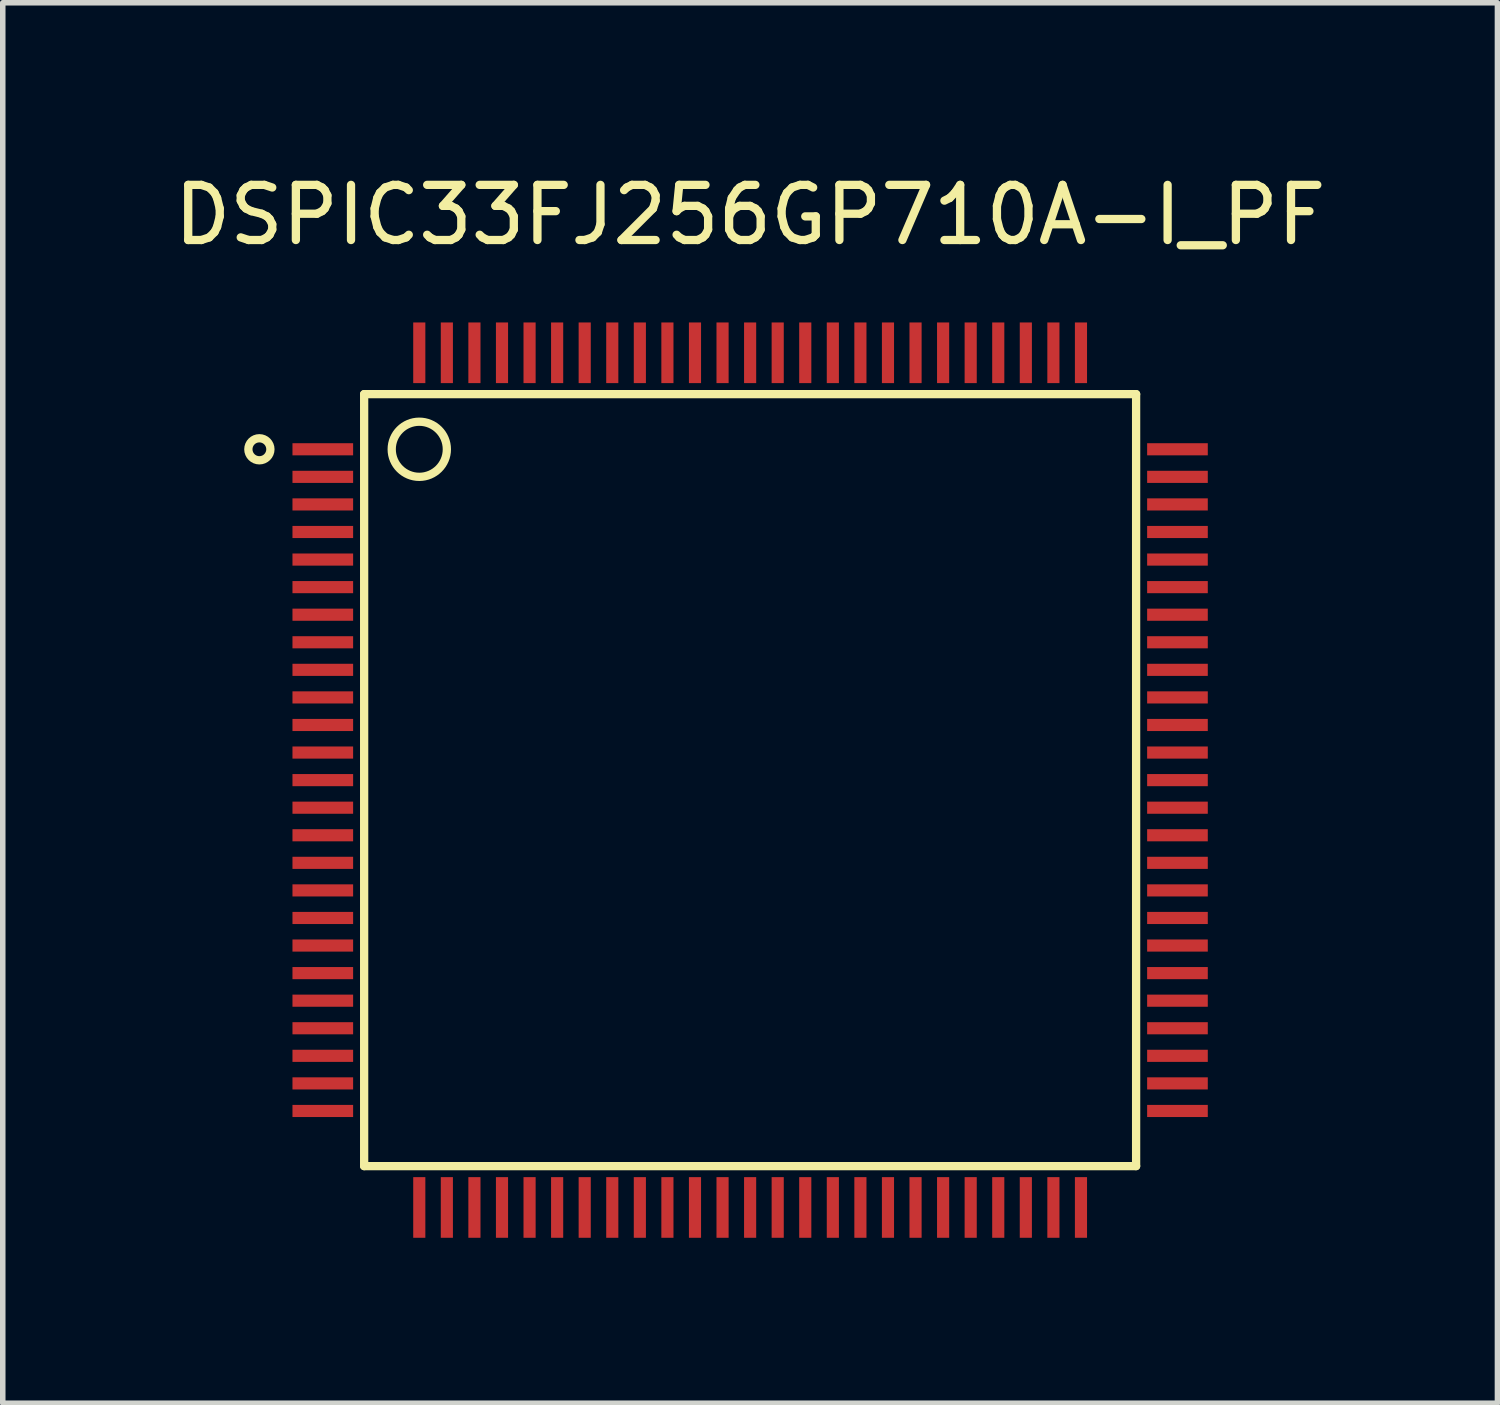
<source format=kicad_pcb>
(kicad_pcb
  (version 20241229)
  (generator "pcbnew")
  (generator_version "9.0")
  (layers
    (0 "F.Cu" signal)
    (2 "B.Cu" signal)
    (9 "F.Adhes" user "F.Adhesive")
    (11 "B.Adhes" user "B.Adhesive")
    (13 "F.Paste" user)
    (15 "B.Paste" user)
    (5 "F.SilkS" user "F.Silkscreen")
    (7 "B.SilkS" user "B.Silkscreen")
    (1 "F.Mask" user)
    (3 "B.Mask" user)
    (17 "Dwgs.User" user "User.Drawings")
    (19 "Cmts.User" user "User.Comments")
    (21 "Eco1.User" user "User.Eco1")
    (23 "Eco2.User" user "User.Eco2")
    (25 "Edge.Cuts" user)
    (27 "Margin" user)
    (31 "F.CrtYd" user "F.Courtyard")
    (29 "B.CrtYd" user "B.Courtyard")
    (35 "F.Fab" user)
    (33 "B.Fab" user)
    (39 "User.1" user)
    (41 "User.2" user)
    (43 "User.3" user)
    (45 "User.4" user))
  (footprint "DSPIC33FJ256GP710A-I_PF"
    (layer "F.Cu")
    (at 2.804 3.348)
    (property "Reference" "DSPIC33FJ256GP710A-I_PF" (at 7.75 -2.5 0) (layer "F.SilkS") (effects (font (size 1 1) (thickness 0.15))))
    (attr through_hole)
    (fp_line (start 0.75 0.75) (end 0.75 14.75) (stroke (width 0.15) (type solid)) (layer "F.SilkS"))
    (fp_line (start 0.75 0.75) (end 14.75 0.75) (stroke (width 0.15) (type solid)) (layer "F.SilkS"))
    (fp_line (start 0.75 14.75) (end 14.75 14.75) (stroke (width 0.15) (type solid)) (layer "F.SilkS"))
    (fp_line (start 14.75 14.75) (end 14.75 0.75) (stroke (width 0.15) (type solid)) (layer "F.SilkS"))
    (fp_circle (center -1.15 1.75) (end -1.15 1.55) (stroke (width 0.15) (type solid)) (fill no) (layer "F.SilkS"))
    (fp_circle (center 1.75 1.75) (end 1.75 1.25) (stroke (width 0.15) (type solid)) (fill no) (layer "F.SilkS"))
    (pad "1" smd rect (at 0 1.75) (size 1.1 0.22) (layers "F.Cu" "F.Mask" "F.Paste"))
    (pad "2" smd rect (at 0 2.25) (size 1.1 0.22) (layers "F.Cu" "F.Mask" "F.Paste"))
    (pad "3" smd rect (at 0 2.75) (size 1.1 0.22) (layers "F.Cu" "F.Mask" "F.Paste"))
    (pad "4" smd rect (at 0 3.25) (size 1.1 0.22) (layers "F.Cu" "F.Mask" "F.Paste"))
    (pad "5" smd rect (at 0 3.75) (size 1.1 0.22) (layers "F.Cu" "F.Mask" "F.Paste"))
    (pad "6" smd rect (at 0 4.25) (size 1.1 0.22) (layers "F.Cu" "F.Mask" "F.Paste"))
    (pad "7" smd rect (at 0 4.75) (size 1.1 0.22) (layers "F.Cu" "F.Mask" "F.Paste"))
    (pad "8" smd rect (at 0 5.25) (size 1.1 0.22) (layers "F.Cu" "F.Mask" "F.Paste"))
    (pad "9" smd rect (at 0 5.75) (size 1.1 0.22) (layers "F.Cu" "F.Mask" "F.Paste"))
    (pad "10" smd rect (at 0 6.25) (size 1.1 0.22) (layers "F.Cu" "F.Mask" "F.Paste"))
    (pad "11" smd rect (at 0 6.75) (size 1.1 0.22) (layers "F.Cu" "F.Mask" "F.Paste"))
    (pad "12" smd rect (at 0 7.25) (size 1.1 0.22) (layers "F.Cu" "F.Mask" "F.Paste"))
    (pad "13" smd rect (at 0 7.75) (size 1.1 0.22) (layers "F.Cu" "F.Mask" "F.Paste"))
    (pad "14" smd rect (at 0 8.25) (size 1.1 0.22) (layers "F.Cu" "F.Mask" "F.Paste"))
    (pad "15" smd rect (at 0 8.75) (size 1.1 0.22) (layers "F.Cu" "F.Mask" "F.Paste"))
    (pad "16" smd rect (at 0 9.25) (size 1.1 0.22) (layers "F.Cu" "F.Mask" "F.Paste"))
    (pad "17" smd rect (at 0 9.75) (size 1.1 0.22) (layers "F.Cu" "F.Mask" "F.Paste"))
    (pad "18" smd rect (at 0 10.25) (size 1.1 0.22) (layers "F.Cu" "F.Mask" "F.Paste"))
    (pad "19" smd rect (at 0 10.75) (size 1.1 0.22) (layers "F.Cu" "F.Mask" "F.Paste"))
    (pad "20" smd rect (at 0 11.25) (size 1.1 0.22) (layers "F.Cu" "F.Mask" "F.Paste"))
    (pad "21" smd rect (at 0 11.75) (size 1.1 0.22) (layers "F.Cu" "F.Mask" "F.Paste"))
    (pad "22" smd rect (at 0 12.25) (size 1.1 0.22) (layers "F.Cu" "F.Mask" "F.Paste"))
    (pad "23" smd rect (at 0 12.75) (size 1.1 0.22) (layers "F.Cu" "F.Mask" "F.Paste"))
    (pad "24" smd rect (at 0 13.25) (size 1.1 0.22) (layers "F.Cu" "F.Mask" "F.Paste"))
    (pad "25" smd rect (at 0 13.75) (size 1.1 0.22) (layers "F.Cu" "F.Mask" "F.Paste"))
    (pad "26" smd rect (at 1.75 15.5) (size 0.22 1.1) (layers "F.Cu" "F.Mask" "F.Paste"))
    (pad "27" smd rect (at 2.25 15.5) (size 0.22 1.1) (layers "F.Cu" "F.Mask" "F.Paste"))
    (pad "28" smd rect (at 2.75 15.5) (size 0.22 1.1) (layers "F.Cu" "F.Mask" "F.Paste"))
    (pad "29" smd rect (at 3.25 15.5) (size 0.22 1.1) (layers "F.Cu" "F.Mask" "F.Paste"))
    (pad "30" smd rect (at 3.75 15.5) (size 0.22 1.1) (layers "F.Cu" "F.Mask" "F.Paste"))
    (pad "31" smd rect (at 4.25 15.5) (size 0.22 1.1) (layers "F.Cu" "F.Mask" "F.Paste"))
    (pad "32" smd rect (at 4.75 15.5) (size 0.22 1.1) (layers "F.Cu" "F.Mask" "F.Paste"))
    (pad "33" smd rect (at 5.25 15.5) (size 0.22 1.1) (layers "F.Cu" "F.Mask" "F.Paste"))
    (pad "34" smd rect (at 5.75 15.5) (size 0.22 1.1) (layers "F.Cu" "F.Mask" "F.Paste"))
    (pad "35" smd rect (at 6.25 15.5) (size 0.22 1.1) (layers "F.Cu" "F.Mask" "F.Paste"))
    (pad "36" smd rect (at 6.75 15.5) (size 0.22 1.1) (layers "F.Cu" "F.Mask" "F.Paste"))
    (pad "37" smd rect (at 7.25 15.5) (size 0.22 1.1) (layers "F.Cu" "F.Mask" "F.Paste"))
    (pad "38" smd rect (at 7.75 15.5) (size 0.22 1.1) (layers "F.Cu" "F.Mask" "F.Paste"))
    (pad "39" smd rect (at 8.25 15.5) (size 0.22 1.1) (layers "F.Cu" "F.Mask" "F.Paste"))
    (pad "40" smd rect (at 8.75 15.5) (size 0.22 1.1) (layers "F.Cu" "F.Mask" "F.Paste"))
    (pad "41" smd rect (at 9.25 15.5) (size 0.22 1.1) (layers "F.Cu" "F.Mask" "F.Paste"))
    (pad "42" smd rect (at 9.75 15.5) (size 0.22 1.1) (layers "F.Cu" "F.Mask" "F.Paste"))
    (pad "43" smd rect (at 10.25 15.5) (size 0.22 1.1) (layers "F.Cu" "F.Mask" "F.Paste"))
    (pad "44" smd rect (at 10.75 15.5) (size 0.22 1.1) (layers "F.Cu" "F.Mask" "F.Paste"))
    (pad "45" smd rect (at 11.25 15.5) (size 0.22 1.1) (layers "F.Cu" "F.Mask" "F.Paste"))
    (pad "46" smd rect (at 11.75 15.5) (size 0.22 1.1) (layers "F.Cu" "F.Mask" "F.Paste"))
    (pad "47" smd rect (at 12.25 15.5) (size 0.22 1.1) (layers "F.Cu" "F.Mask" "F.Paste"))
    (pad "48" smd rect (at 12.75 15.5) (size 0.22 1.1) (layers "F.Cu" "F.Mask" "F.Paste"))
    (pad "49" smd rect (at 13.25 15.5) (size 0.22 1.1) (layers "F.Cu" "F.Mask" "F.Paste"))
    (pad "50" smd rect (at 13.75 15.5) (size 0.22 1.1) (layers "F.Cu" "F.Mask" "F.Paste"))
    (pad "51" smd rect (at 15.5 13.75) (size 1.1 0.22) (layers "F.Cu" "F.Mask" "F.Paste"))
    (pad "52" smd rect (at 15.5 13.25) (size 1.1 0.22) (layers "F.Cu" "F.Mask" "F.Paste"))
    (pad "53" smd rect (at 15.5 12.75) (size 1.1 0.22) (layers "F.Cu" "F.Mask" "F.Paste"))
    (pad "54" smd rect (at 15.5 12.25) (size 1.1 0.22) (layers "F.Cu" "F.Mask" "F.Paste"))
    (pad "55" smd rect (at 15.5 11.75) (size 1.1 0.22) (layers "F.Cu" "F.Mask" "F.Paste"))
    (pad "56" smd rect (at 15.5 11.25) (size 1.1 0.22) (layers "F.Cu" "F.Mask" "F.Paste"))
    (pad "57" smd rect (at 15.5 10.75) (size 1.1 0.22) (layers "F.Cu" "F.Mask" "F.Paste"))
    (pad "58" smd rect (at 15.5 10.25) (size 1.1 0.22) (layers "F.Cu" "F.Mask" "F.Paste"))
    (pad "59" smd rect (at 15.5 9.75) (size 1.1 0.22) (layers "F.Cu" "F.Mask" "F.Paste"))
    (pad "60" smd rect (at 15.5 9.25) (size 1.1 0.22) (layers "F.Cu" "F.Mask" "F.Paste"))
    (pad "61" smd rect (at 15.5 8.75) (size 1.1 0.22) (layers "F.Cu" "F.Mask" "F.Paste"))
    (pad "62" smd rect (at 15.5 8.25) (size 1.1 0.22) (layers "F.Cu" "F.Mask" "F.Paste"))
    (pad "63" smd rect (at 15.5 7.75) (size 1.1 0.22) (layers "F.Cu" "F.Mask" "F.Paste"))
    (pad "64" smd rect (at 15.5 7.25) (size 1.1 0.22) (layers "F.Cu" "F.Mask" "F.Paste"))
    (pad "65" smd rect (at 15.5 6.75) (size 1.1 0.22) (layers "F.Cu" "F.Mask" "F.Paste"))
    (pad "66" smd rect (at 15.5 6.25) (size 1.1 0.22) (layers "F.Cu" "F.Mask" "F.Paste"))
    (pad "67" smd rect (at 15.5 5.75) (size 1.1 0.22) (layers "F.Cu" "F.Mask" "F.Paste"))
    (pad "68" smd rect (at 15.5 5.25) (size 1.1 0.22) (layers "F.Cu" "F.Mask" "F.Paste"))
    (pad "69" smd rect (at 15.5 4.75) (size 1.1 0.22) (layers "F.Cu" "F.Mask" "F.Paste"))
    (pad "70" smd rect (at 15.5 4.25) (size 1.1 0.22) (layers "F.Cu" "F.Mask" "F.Paste"))
    (pad "71" smd rect (at 15.5 3.75) (size 1.1 0.22) (layers "F.Cu" "F.Mask" "F.Paste"))
    (pad "72" smd rect (at 15.5 3.25) (size 1.1 0.22) (layers "F.Cu" "F.Mask" "F.Paste"))
    (pad "73" smd rect (at 15.5 2.75) (size 1.1 0.22) (layers "F.Cu" "F.Mask" "F.Paste"))
    (pad "74" smd rect (at 15.5 2.25) (size 1.1 0.22) (layers "F.Cu" "F.Mask" "F.Paste"))
    (pad "75" smd rect (at 15.5 1.75) (size 1.1 0.22) (layers "F.Cu" "F.Mask" "F.Paste"))
    (pad "76" smd rect (at 13.75 0) (size 0.22 1.1) (layers "F.Cu" "F.Mask" "F.Paste"))
    (pad "77" smd rect (at 13.25 0) (size 0.22 1.1) (layers "F.Cu" "F.Mask" "F.Paste"))
    (pad "78" smd rect (at 12.75 0) (size 0.22 1.1) (layers "F.Cu" "F.Mask" "F.Paste"))
    (pad "79" smd rect (at 12.25 0) (size 0.22 1.1) (layers "F.Cu" "F.Mask" "F.Paste"))
    (pad "80" smd rect (at 11.75 0) (size 0.22 1.1) (layers "F.Cu" "F.Mask" "F.Paste"))
    (pad "81" smd rect (at 11.25 0) (size 0.22 1.1) (layers "F.Cu" "F.Mask" "F.Paste"))
    (pad "82" smd rect (at 10.75 0) (size 0.22 1.1) (layers "F.Cu" "F.Mask" "F.Paste"))
    (pad "83" smd rect (at 10.25 0) (size 0.22 1.1) (layers "F.Cu" "F.Mask" "F.Paste"))
    (pad "84" smd rect (at 9.75 0) (size 0.22 1.1) (layers "F.Cu" "F.Mask" "F.Paste"))
    (pad "85" smd rect (at 9.25 0) (size 0.22 1.1) (layers "F.Cu" "F.Mask" "F.Paste"))
    (pad "86" smd rect (at 8.75 0) (size 0.22 1.1) (layers "F.Cu" "F.Mask" "F.Paste"))
    (pad "87" smd rect (at 8.25 0) (size 0.22 1.1) (layers "F.Cu" "F.Mask" "F.Paste"))
    (pad "88" smd rect (at 7.75 0) (size 0.22 1.1) (layers "F.Cu" "F.Mask" "F.Paste"))
    (pad "89" smd rect (at 7.25 0) (size 0.22 1.1) (layers "F.Cu" "F.Mask" "F.Paste"))
    (pad "90" smd rect (at 6.75 0) (size 0.22 1.1) (layers "F.Cu" "F.Mask" "F.Paste"))
    (pad "91" smd rect (at 6.25 0) (size 0.22 1.1) (layers "F.Cu" "F.Mask" "F.Paste"))
    (pad "92" smd rect (at 5.75 0) (size 0.22 1.1) (layers "F.Cu" "F.Mask" "F.Paste"))
    (pad "93" smd rect (at 5.25 0) (size 0.22 1.1) (layers "F.Cu" "F.Mask" "F.Paste"))
    (pad "94" smd rect (at 4.75 0) (size 0.22 1.1) (layers "F.Cu" "F.Mask" "F.Paste"))
    (pad "95" smd rect (at 4.25 0) (size 0.22 1.1) (layers "F.Cu" "F.Mask" "F.Paste"))
    (pad "96" smd rect (at 3.75 0) (size 0.22 1.1) (layers "F.Cu" "F.Mask" "F.Paste"))
    (pad "97" smd rect (at 3.25 0) (size 0.22 1.1) (layers "F.Cu" "F.Mask" "F.Paste"))
    (pad "98" smd rect (at 2.75 0) (size 0.22 1.1) (layers "F.Cu" "F.Mask" "F.Paste"))
    (pad "99" smd rect (at 2.25 0) (size 0.22 1.1) (layers "F.Cu" "F.Mask" "F.Paste"))
    (pad "100" smd rect (at 1.75 0) (size 0.22 1.1) (layers "F.Cu" "F.Mask" "F.Paste")))
  (gr_rect
    (start -3 -3)
    (end 24.107 22.398)
    (stroke (width 0.1) (type default))
    (fill no)
    (layer "Edge.Cuts")))
</source>
